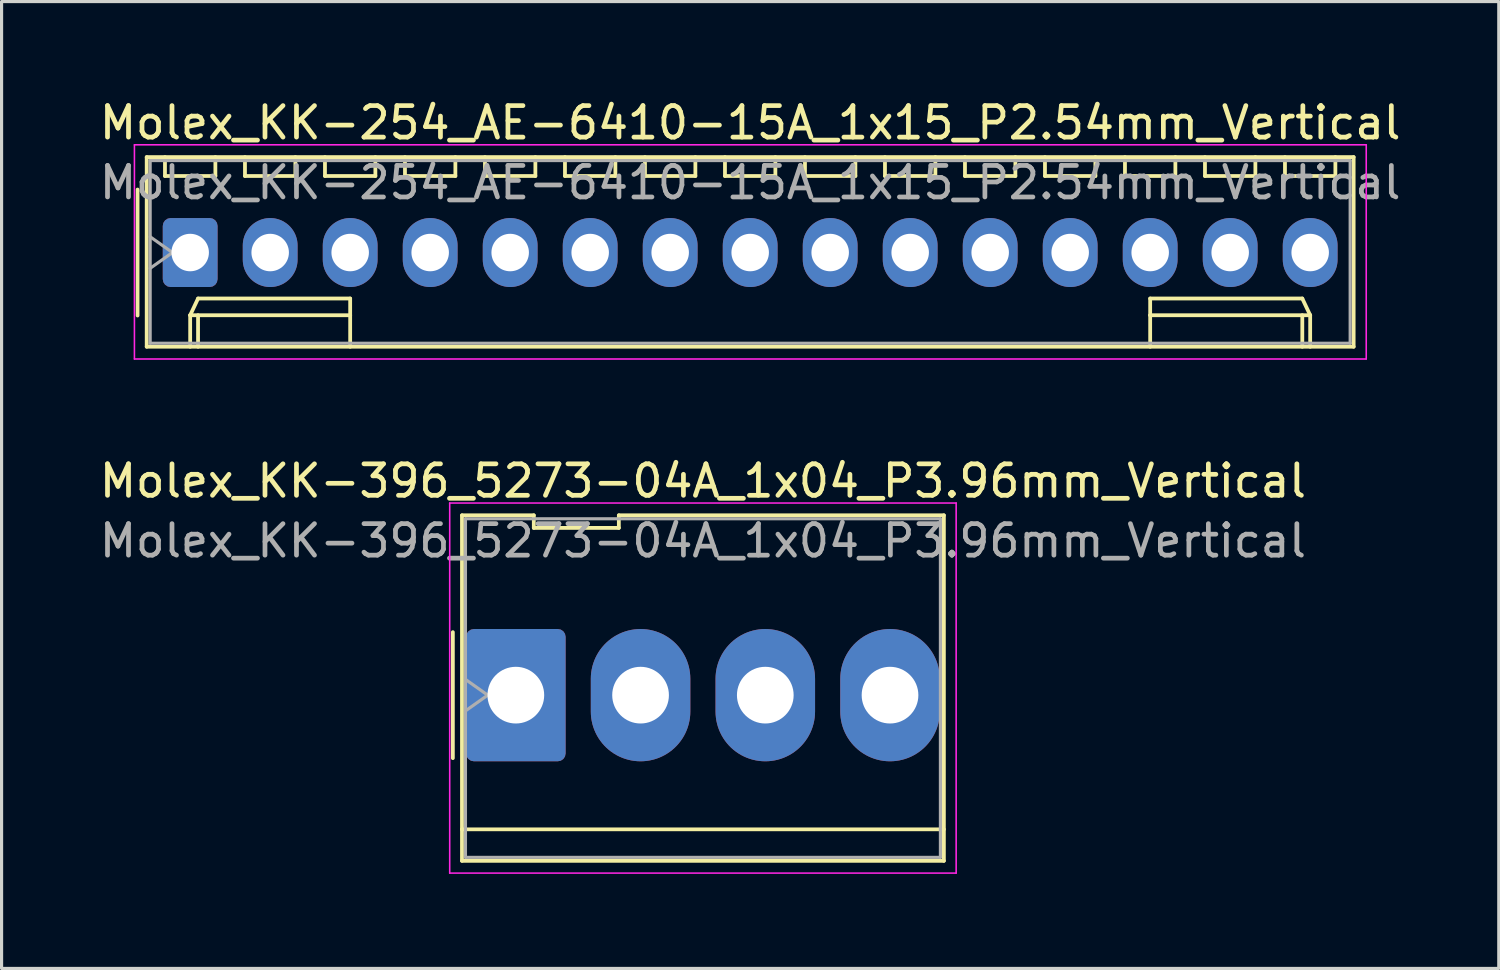
<source format=kicad_pcb>
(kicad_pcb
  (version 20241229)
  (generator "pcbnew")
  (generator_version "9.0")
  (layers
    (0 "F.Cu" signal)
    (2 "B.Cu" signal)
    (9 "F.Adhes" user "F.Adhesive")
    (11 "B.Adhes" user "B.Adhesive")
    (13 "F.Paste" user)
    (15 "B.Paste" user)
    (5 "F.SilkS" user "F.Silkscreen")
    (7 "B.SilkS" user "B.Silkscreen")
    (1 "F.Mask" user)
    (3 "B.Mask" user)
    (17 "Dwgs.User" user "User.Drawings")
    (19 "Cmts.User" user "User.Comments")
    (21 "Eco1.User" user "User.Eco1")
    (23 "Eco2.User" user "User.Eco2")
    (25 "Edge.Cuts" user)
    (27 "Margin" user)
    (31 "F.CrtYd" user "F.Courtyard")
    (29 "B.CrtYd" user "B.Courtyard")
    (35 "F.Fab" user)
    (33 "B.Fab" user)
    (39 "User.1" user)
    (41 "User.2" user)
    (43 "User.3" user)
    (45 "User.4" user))
  (footprint "Molex_KK-254_AE-6410-15A_1x15_P2.54mm_Vertical"
    (layer "F.Cu")
    (at 2.988 4.968)
    (property "Reference" "Molex_KK-254_AE-6410-15A_1x15_P2.54mm_Vertical" (at 17.78 -4.12 0) (layer "F.SilkS") (effects (font (size 1 1) (thickness 0.15))))
    (attr through_hole)
    (fp_line (start -1.67 -2) (end -1.67 2) (stroke (width 0.12) (type solid)) (layer "F.SilkS"))
    (fp_line (start -1.38 -3.03) (end -1.38 2.99) (stroke (width 0.12) (type solid)) (layer "F.SilkS"))
    (fp_line (start -1.38 2.99) (end 36.94 2.99) (stroke (width 0.12) (type solid)) (layer "F.SilkS"))
    (fp_line (start -0.8 -3.03) (end -0.8 -2.43) (stroke (width 0.12) (type solid)) (layer "F.SilkS"))
    (fp_line (start -0.8 -2.43) (end 0.8 -2.43) (stroke (width 0.12) (type solid)) (layer "F.SilkS"))
    (fp_line (start 0 1.99) (end 0.25 1.46) (stroke (width 0.12) (type solid)) (layer "F.SilkS"))
    (fp_line (start 0 1.99) (end 5.08 1.99) (stroke (width 0.12) (type solid)) (layer "F.SilkS"))
    (fp_line (start 0 2.99) (end 0 1.99) (stroke (width 0.12) (type solid)) (layer "F.SilkS"))
    (fp_line (start 0.25 1.46) (end 5.08 1.46) (stroke (width 0.12) (type solid)) (layer "F.SilkS"))
    (fp_line (start 0.25 2.99) (end 0.25 1.99) (stroke (width 0.12) (type solid)) (layer "F.SilkS"))
    (fp_line (start 0.8 -2.43) (end 0.8 -3.03) (stroke (width 0.12) (type solid)) (layer "F.SilkS"))
    (fp_line (start 1.74 -3.03) (end 1.74 -2.43) (stroke (width 0.12) (type solid)) (layer "F.SilkS"))
    (fp_line (start 1.74 -2.43) (end 3.34 -2.43) (stroke (width 0.12) (type solid)) (layer "F.SilkS"))
    (fp_line (start 3.34 -2.43) (end 3.34 -3.03) (stroke (width 0.12) (type solid)) (layer "F.SilkS"))
    (fp_line (start 4.28 -3.03) (end 4.28 -2.43) (stroke (width 0.12) (type solid)) (layer "F.SilkS"))
    (fp_line (start 4.28 -2.43) (end 5.88 -2.43) (stroke (width 0.12) (type solid)) (layer "F.SilkS"))
    (fp_line (start 5.08 1.46) (end 5.08 1.99) (stroke (width 0.12) (type solid)) (layer "F.SilkS"))
    (fp_line (start 5.08 1.99) (end 5.08 2.99) (stroke (width 0.12) (type solid)) (layer "F.SilkS"))
    (fp_line (start 5.88 -2.43) (end 5.88 -3.03) (stroke (width 0.12) (type solid)) (layer "F.SilkS"))
    (fp_line (start 6.82 -3.03) (end 6.82 -2.43) (stroke (width 0.12) (type solid)) (layer "F.SilkS"))
    (fp_line (start 6.82 -2.43) (end 8.42 -2.43) (stroke (width 0.12) (type solid)) (layer "F.SilkS"))
    (fp_line (start 8.42 -2.43) (end 8.42 -3.03) (stroke (width 0.12) (type solid)) (layer "F.SilkS"))
    (fp_line (start 9.36 -3.03) (end 9.36 -2.43) (stroke (width 0.12) (type solid)) (layer "F.SilkS"))
    (fp_line (start 9.36 -2.43) (end 10.96 -2.43) (stroke (width 0.12) (type solid)) (layer "F.SilkS"))
    (fp_line (start 10.96 -2.43) (end 10.96 -3.03) (stroke (width 0.12) (type solid)) (layer "F.SilkS"))
    (fp_line (start 11.9 -3.03) (end 11.9 -2.43) (stroke (width 0.12) (type solid)) (layer "F.SilkS"))
    (fp_line (start 11.9 -2.43) (end 13.5 -2.43) (stroke (width 0.12) (type solid)) (layer "F.SilkS"))
    (fp_line (start 13.5 -2.43) (end 13.5 -3.03) (stroke (width 0.12) (type solid)) (layer "F.SilkS"))
    (fp_line (start 14.44 -3.03) (end 14.44 -2.43) (stroke (width 0.12) (type solid)) (layer "F.SilkS"))
    (fp_line (start 14.44 -2.43) (end 16.04 -2.43) (stroke (width 0.12) (type solid)) (layer "F.SilkS"))
    (fp_line (start 16.04 -2.43) (end 16.04 -3.03) (stroke (width 0.12) (type solid)) (layer "F.SilkS"))
    (fp_line (start 16.98 -3.03) (end 16.98 -2.43) (stroke (width 0.12) (type solid)) (layer "F.SilkS"))
    (fp_line (start 16.98 -2.43) (end 18.58 -2.43) (stroke (width 0.12) (type solid)) (layer "F.SilkS"))
    (fp_line (start 18.58 -2.43) (end 18.58 -3.03) (stroke (width 0.12) (type solid)) (layer "F.SilkS"))
    (fp_line (start 19.52 -3.03) (end 19.52 -2.43) (stroke (width 0.12) (type solid)) (layer "F.SilkS"))
    (fp_line (start 19.52 -2.43) (end 21.12 -2.43) (stroke (width 0.12) (type solid)) (layer "F.SilkS"))
    (fp_line (start 21.12 -2.43) (end 21.12 -3.03) (stroke (width 0.12) (type solid)) (layer "F.SilkS"))
    (fp_line (start 22.06 -3.03) (end 22.06 -2.43) (stroke (width 0.12) (type solid)) (layer "F.SilkS"))
    (fp_line (start 22.06 -2.43) (end 23.66 -2.43) (stroke (width 0.12) (type solid)) (layer "F.SilkS"))
    (fp_line (start 23.66 -2.43) (end 23.66 -3.03) (stroke (width 0.12) (type solid)) (layer "F.SilkS"))
    (fp_line (start 24.6 -3.03) (end 24.6 -2.43) (stroke (width 0.12) (type solid)) (layer "F.SilkS"))
    (fp_line (start 24.6 -2.43) (end 26.2 -2.43) (stroke (width 0.12) (type solid)) (layer "F.SilkS"))
    (fp_line (start 26.2 -2.43) (end 26.2 -3.03) (stroke (width 0.12) (type solid)) (layer "F.SilkS"))
    (fp_line (start 27.14 -3.03) (end 27.14 -2.43) (stroke (width 0.12) (type solid)) (layer "F.SilkS"))
    (fp_line (start 27.14 -2.43) (end 28.74 -2.43) (stroke (width 0.12) (type solid)) (layer "F.SilkS"))
    (fp_line (start 28.74 -2.43) (end 28.74 -3.03) (stroke (width 0.12) (type solid)) (layer "F.SilkS"))
    (fp_line (start 29.68 -3.03) (end 29.68 -2.43) (stroke (width 0.12) (type solid)) (layer "F.SilkS"))
    (fp_line (start 29.68 -2.43) (end 31.28 -2.43) (stroke (width 0.12) (type solid)) (layer "F.SilkS"))
    (fp_line (start 30.48 1.46) (end 30.48 1.99) (stroke (width 0.12) (type solid)) (layer "F.SilkS"))
    (fp_line (start 30.48 1.99) (end 30.48 2.99) (stroke (width 0.12) (type solid)) (layer "F.SilkS"))
    (fp_line (start 31.28 -2.43) (end 31.28 -3.03) (stroke (width 0.12) (type solid)) (layer "F.SilkS"))
    (fp_line (start 32.22 -3.03) (end 32.22 -2.43) (stroke (width 0.12) (type solid)) (layer "F.SilkS"))
    (fp_line (start 32.22 -2.43) (end 33.82 -2.43) (stroke (width 0.12) (type solid)) (layer "F.SilkS"))
    (fp_line (start 33.82 -2.43) (end 33.82 -3.03) (stroke (width 0.12) (type solid)) (layer "F.SilkS"))
    (fp_line (start 34.76 -3.03) (end 34.76 -2.43) (stroke (width 0.12) (type solid)) (layer "F.SilkS"))
    (fp_line (start 34.76 -2.43) (end 36.36 -2.43) (stroke (width 0.12) (type solid)) (layer "F.SilkS"))
    (fp_line (start 35.31 1.46) (end 30.48 1.46) (stroke (width 0.12) (type solid)) (layer "F.SilkS"))
    (fp_line (start 35.31 2.99) (end 35.31 1.99) (stroke (width 0.12) (type solid)) (layer "F.SilkS"))
    (fp_line (start 35.56 1.99) (end 30.48 1.99) (stroke (width 0.12) (type solid)) (layer "F.SilkS"))
    (fp_line (start 35.56 1.99) (end 35.31 1.46) (stroke (width 0.12) (type solid)) (layer "F.SilkS"))
    (fp_line (start 35.56 2.99) (end 35.56 1.99) (stroke (width 0.12) (type solid)) (layer "F.SilkS"))
    (fp_line (start 36.36 -2.43) (end 36.36 -3.03) (stroke (width 0.12) (type solid)) (layer "F.SilkS"))
    (fp_line (start 36.94 -3.03) (end -1.38 -3.03) (stroke (width 0.12) (type solid)) (layer "F.SilkS"))
    (fp_line (start 36.94 2.99) (end 36.94 -3.03) (stroke (width 0.12) (type solid)) (layer "F.SilkS"))
    (fp_line (start -1.77 -3.42) (end -1.77 3.38) (stroke (width 0.05) (type solid)) (layer "F.CrtYd"))
    (fp_line (start -1.77 3.38) (end 37.34 3.38) (stroke (width 0.05) (type solid)) (layer "F.CrtYd"))
    (fp_line (start 37.34 -3.42) (end -1.77 -3.42) (stroke (width 0.05) (type solid)) (layer "F.CrtYd"))
    (fp_line (start 37.34 3.38) (end 37.34 -3.42) (stroke (width 0.05) (type solid)) (layer "F.CrtYd"))
    (fp_line (start -1.27 -2.92) (end -1.27 2.88) (stroke (width 0.1) (type solid)) (layer "F.Fab"))
    (fp_line (start -1.27 -0.5) (end -0.563 0) (stroke (width 0.1) (type solid)) (layer "F.Fab"))
    (fp_line (start -1.27 2.88) (end 36.83 2.88) (stroke (width 0.1) (type solid)) (layer "F.Fab"))
    (fp_line (start -0.563 0) (end -1.27 0.5) (stroke (width 0.1) (type solid)) (layer "F.Fab"))
    (fp_line (start 36.83 -2.92) (end -1.27 -2.92) (stroke (width 0.1) (type solid)) (layer "F.Fab"))
    (fp_line (start 36.83 2.88) (end 36.83 -2.92) (stroke (width 0.1) (type solid)) (layer "F.Fab"))
    (fp_text user "${REFERENCE}" (at 17.78 -2.22 0) (layer "F.Fab") (effects (font (size 1 1) (thickness 0.15))))
    (pad "1" thru_hole roundrect (at 0 0) (size 1.74 2.19) (drill 1.19) (layers "*.Cu" "*.Mask") (roundrect_rratio 0.144))
    (pad "2" thru_hole oval (at 2.54 0) (size 1.74 2.19) (drill 1.19) (layers "*.Cu" "*.Mask"))
    (pad "3" thru_hole oval (at 5.08 0) (size 1.74 2.19) (drill 1.19) (layers "*.Cu" "*.Mask"))
    (pad "4" thru_hole oval (at 7.62 0) (size 1.74 2.19) (drill 1.19) (layers "*.Cu" "*.Mask"))
    (pad "5" thru_hole oval (at 10.16 0) (size 1.74 2.19) (drill 1.19) (layers "*.Cu" "*.Mask"))
    (pad "6" thru_hole oval (at 12.7 0) (size 1.74 2.19) (drill 1.19) (layers "*.Cu" "*.Mask"))
    (pad "7" thru_hole oval (at 15.24 0) (size 1.74 2.19) (drill 1.19) (layers "*.Cu" "*.Mask"))
    (pad "8" thru_hole oval (at 17.78 0) (size 1.74 2.19) (drill 1.19) (layers "*.Cu" "*.Mask"))
    (pad "9" thru_hole oval (at 20.32 0) (size 1.74 2.19) (drill 1.19) (layers "*.Cu" "*.Mask"))
    (pad "10" thru_hole oval (at 22.86 0) (size 1.74 2.19) (drill 1.19) (layers "*.Cu" "*.Mask"))
    (pad "11" thru_hole oval (at 25.4 0) (size 1.74 2.19) (drill 1.19) (layers "*.Cu" "*.Mask"))
    (pad "12" thru_hole oval (at 27.94 0) (size 1.74 2.19) (drill 1.19) (layers "*.Cu" "*.Mask"))
    (pad "13" thru_hole oval (at 30.48 0) (size 1.74 2.19) (drill 1.19) (layers "*.Cu" "*.Mask"))
    (pad "14" thru_hole oval (at 33.02 0) (size 1.74 2.19) (drill 1.19) (layers "*.Cu" "*.Mask"))
    (pad "15" thru_hole oval (at 35.56 0) (size 1.74 2.19) (drill 1.19) (layers "*.Cu" "*.Mask")))
  (footprint "Molex_KK-396_5273-04A_1x04_P3.96mm_Vertical"
    (layer "F.Cu")
    (at 13.328 19.021)
    (property "Reference" "Molex_KK-396_5273-04A_1x04_P3.96mm_Vertical" (at 5.94 -6.8 0) (layer "F.SilkS") (effects (font (size 1 1) (thickness 0.15))))
    (attr through_hole)
    (fp_line (start -2 -2) (end -2 2) (stroke (width 0.12) (type solid)) (layer "F.SilkS"))
    (fp_line (start -1.71 -5.71) (end 0.57 -5.71) (stroke (width 0.12) (type solid)) (layer "F.SilkS"))
    (fp_line (start -1.71 4.26) (end -1.71 -5.71) (stroke (width 0.12) (type solid)) (layer "F.SilkS"))
    (fp_line (start -1.71 4.26) (end 13.59 4.26) (stroke (width 0.12) (type solid)) (layer "F.SilkS"))
    (fp_line (start -1.71 5.26) (end -1.71 4.26) (stroke (width 0.12) (type solid)) (layer "F.SilkS"))
    (fp_line (start 0.57 -5.71) (end 0.57 -5.31) (stroke (width 0.12) (type solid)) (layer "F.SilkS"))
    (fp_line (start 0.57 -5.31) (end 3.27 -5.31) (stroke (width 0.12) (type solid)) (layer "F.SilkS"))
    (fp_line (start 3.27 -5.71) (end 13.59 -5.71) (stroke (width 0.12) (type solid)) (layer "F.SilkS"))
    (fp_line (start 3.27 -5.31) (end 3.27 -5.71) (stroke (width 0.12) (type solid)) (layer "F.SilkS"))
    (fp_line (start 13.59 -5.71) (end 13.59 5.26) (stroke (width 0.12) (type solid)) (layer "F.SilkS"))
    (fp_line (start 13.59 5.26) (end -1.71 5.26) (stroke (width 0.12) (type solid)) (layer "F.SilkS"))
    (fp_line (start -2.1 -6.1) (end -2.1 5.65) (stroke (width 0.05) (type solid)) (layer "F.CrtYd"))
    (fp_line (start -2.1 5.65) (end 13.98 5.65) (stroke (width 0.05) (type solid)) (layer "F.CrtYd"))
    (fp_line (start 13.98 -6.1) (end -2.1 -6.1) (stroke (width 0.05) (type solid)) (layer "F.CrtYd"))
    (fp_line (start 13.98 5.65) (end 13.98 -6.1) (stroke (width 0.05) (type solid)) (layer "F.CrtYd"))
    (fp_line (start -1.6 -5.6) (end 13.48 -5.6) (stroke (width 0.1) (type solid)) (layer "F.Fab"))
    (fp_line (start -1.6 -0.5) (end -0.893 0) (stroke (width 0.1) (type solid)) (layer "F.Fab"))
    (fp_line (start -1.6 5.15) (end -1.6 -5.6) (stroke (width 0.1) (type solid)) (layer "F.Fab"))
    (fp_line (start -0.893 0) (end -1.6 0.5) (stroke (width 0.1) (type solid)) (layer "F.Fab"))
    (fp_line (start 13.48 -5.6) (end 13.48 5.15) (stroke (width 0.1) (type solid)) (layer "F.Fab"))
    (fp_line (start 13.48 5.15) (end -1.6 5.15) (stroke (width 0.1) (type solid)) (layer "F.Fab"))
    (fp_text user "${REFERENCE}" (at 5.94 -4.9 0) (layer "F.Fab") (effects (font (size 1 1) (thickness 0.15))))
    (pad "1" thru_hole roundrect (at 0 0) (size 3.16 4.2) (drill 1.8) (layers "*.Cu" "*.Mask") (roundrect_rratio 0.079))
    (pad "2" thru_hole oval (at 3.96 0) (size 3.16 4.2) (drill 1.8) (layers "*.Cu" "*.Mask"))
    (pad "3" thru_hole oval (at 7.92 0) (size 3.16 4.2) (drill 1.8) (layers "*.Cu" "*.Mask"))
    (pad "4" thru_hole oval (at 11.88 0) (size 3.16 4.2) (drill 1.8) (layers "*.Cu" "*.Mask")))
  (gr_rect
    (start -3 -3)
    (end 44.536 27.697)
    (stroke (width 0.1) (type default))
    (fill no)
    (layer "Edge.Cuts")))
</source>
